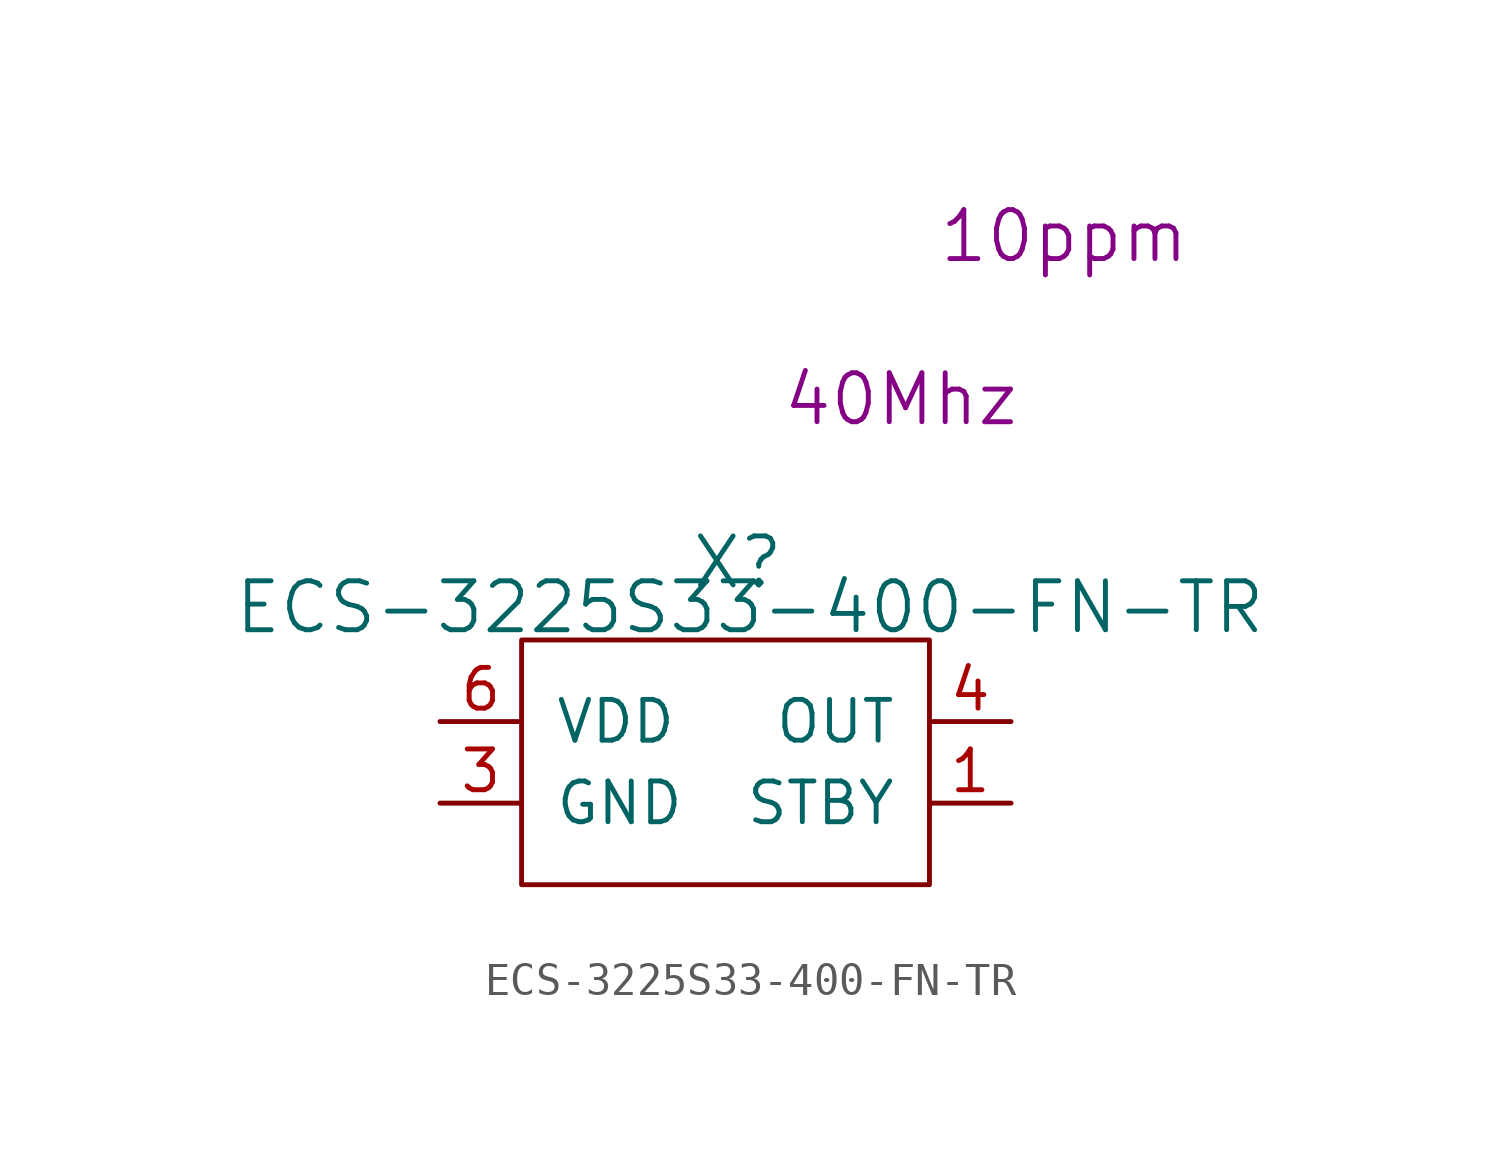
<source format=kicad_sym>
(kicad_symbol_lib
  (version 20220914)
  (generator kicad_symbol_editor)
  (symbol "ECS-3225S33-400-FN-TR"
    (pin_names
      (offset 1.016))
    (property "Reference" "X"
      (at 6.731 10.033 0)
      (effects (font (size 1.524 1.524))))
    (property "Value" "ECS-3225S33-400-FN-TR"
      (at 7.112 8.636 0)
      (effects (font (size 1.524 1.524))))
    (property "Datasheet" ""
      (at 6.731 10.033 0)
      (effects (font (size 1.524 1.524))))
    (property "Value2" "40Mhz"
      (at 11.811 15.113 0)
      (effects (font (size 1.524 1.524))))
    (property "Tolerance" "10ppm"
      (at 16.891 20.193 0)
      (effects (font (size 1.524 1.524))))
    (symbol "ECS-3225S33-400-FN-TR_0_0"
      (rectangle (start 0 0) (end 12.7 7.62) (stroke (width 0) (type solid)) (fill (type none))))
    (symbol "ECS-3225S33-400-FN-TR_1_1"
      (pin input line (at 15.24 2.54 180) (length 2.54) (name "STBY" (effects (font (size 1.27 1.27)))) (number "1" (effects (font (size 1.27 1.27)))))
      (pin power_in line (at -2.54 2.54 0) (length 2.54) (name "GND" (effects (font (size 1.27 1.27)))) (number "3" (effects (font (size 1.27 1.27)))))
      (pin output line (at 15.24 5.08 180) (length 2.54) (name "OUT" (effects (font (size 1.27 1.27)))) (number "4" (effects (font (size 1.27 1.27)))))
      (pin power_in line (at -2.54 5.08 0) (length 2.54) (name "VDD" (effects (font (size 1.27 1.27)))) (number "6" (effects (font (size 1.27 1.27))))))))
</source>
